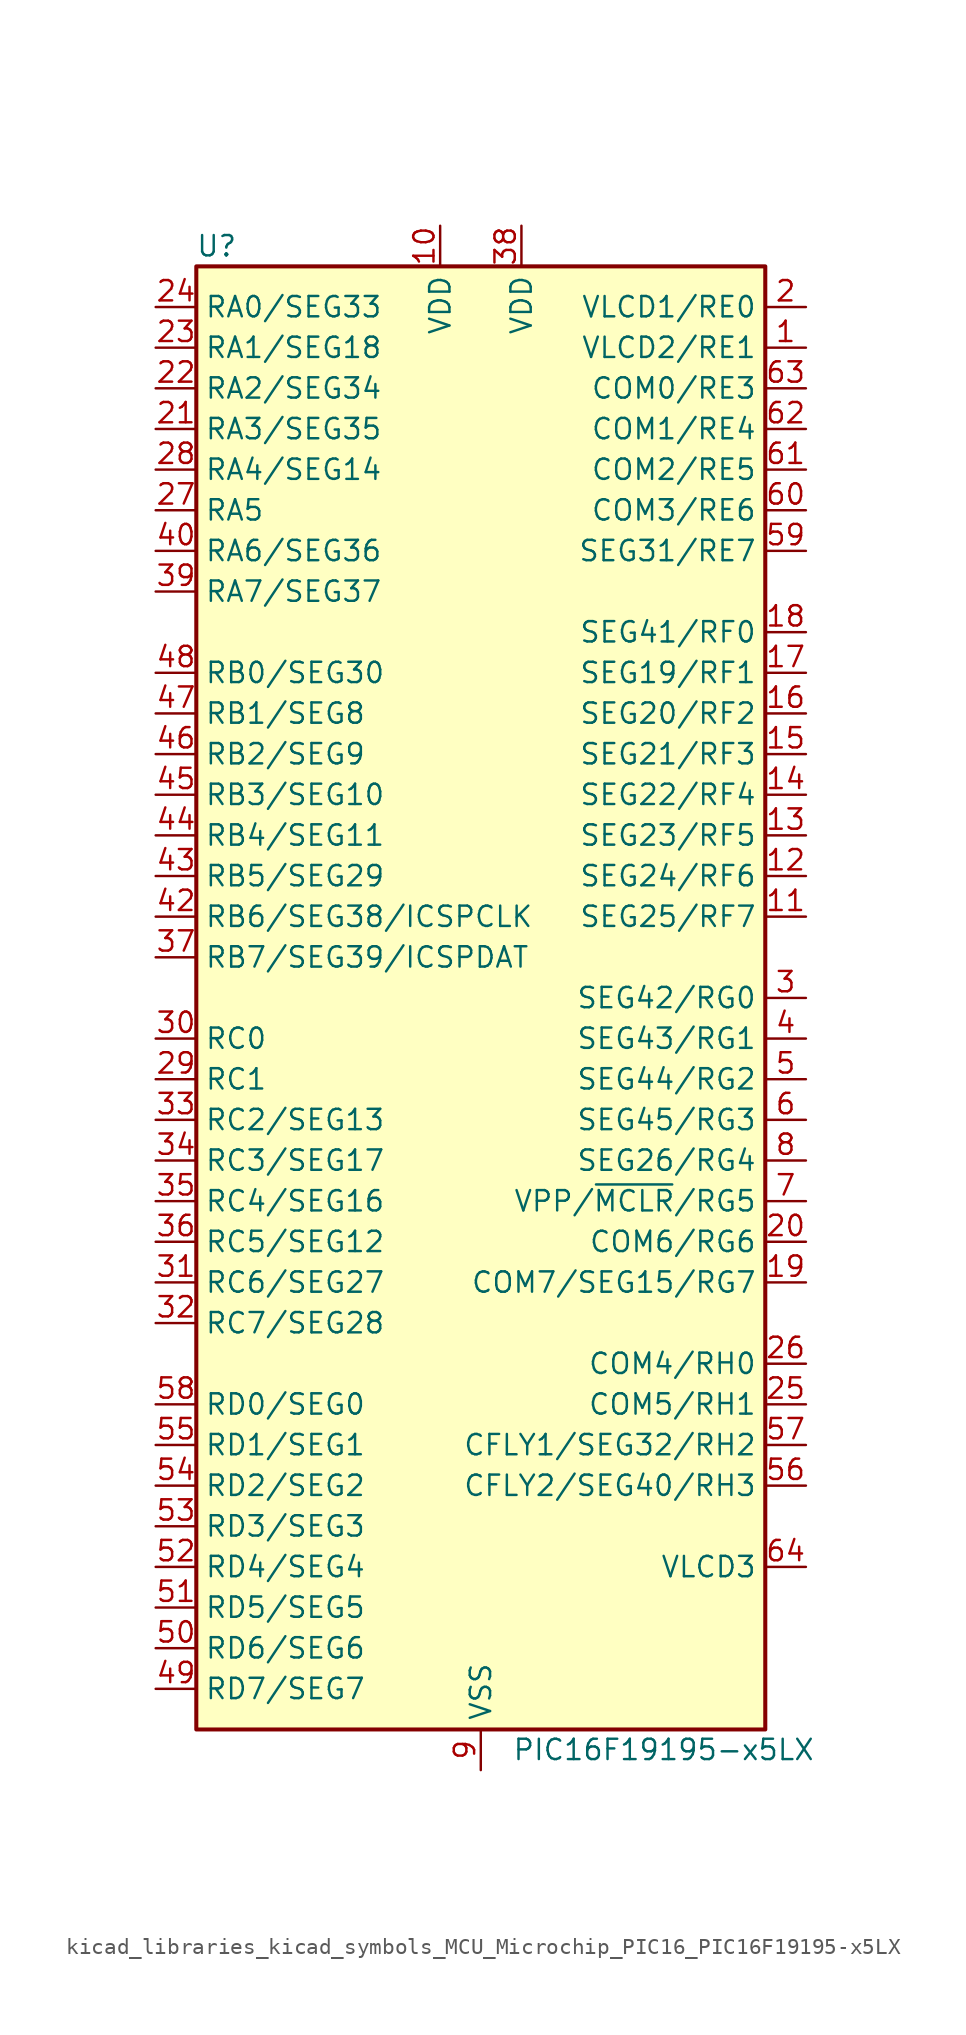
<source format=kicad_sym>
(kicad_symbol_lib
  (version 20220914)
  (generator kicad_symbol_editor)
  (symbol "kicad_libraries_kicad_symbols_MCU_Microchip_PIC16_PIC16F19195-x5LX"
    (property "Reference" "U"
      (at -16.51 46.99 0)
      (effects (font (size 1.27 1.27))))
    (property "Value" "PIC16F19195-x5LX"
      (at 11.43 -46.99 0)
      (effects (font (size 1.27 1.27))))
    (symbol "kicad_libraries_kicad_symbols_MCU_Microchip_PIC16_PIC16F19195-x5LX_0_1"
      (rectangle (start -17.78 45.72) (end 17.78 -45.72) (stroke (width 0.254) (type default)) (fill (type background))))
    (symbol "kicad_libraries_kicad_symbols_MCU_Microchip_PIC16_PIC16F19195-x5LX_1_1"
      (pin bidirectional line (at 20.32 40.64 180) (length 2.54) (name "VLCD2/RE1" (effects (font (size 1.27 1.27)))) (number "1" (effects (font (size 1.27 1.27)))))
      (pin power_in line (at -2.54 48.26 270) (length 2.54) (name "VDD" (effects (font (size 1.27 1.27)))) (number "10" (effects (font (size 1.27 1.27)))))
      (pin bidirectional line (at 20.32 5.08 180) (length 2.54) (name "SEG25/RF7" (effects (font (size 1.27 1.27)))) (number "11" (effects (font (size 1.27 1.27)))))
      (pin bidirectional line (at 20.32 7.62 180) (length 2.54) (name "SEG24/RF6" (effects (font (size 1.27 1.27)))) (number "12" (effects (font (size 1.27 1.27)))))
      (pin bidirectional line (at 20.32 10.16 180) (length 2.54) (name "SEG23/RF5" (effects (font (size 1.27 1.27)))) (number "13" (effects (font (size 1.27 1.27)))))
      (pin bidirectional line (at 20.32 12.7 180) (length 2.54) (name "SEG22/RF4" (effects (font (size 1.27 1.27)))) (number "14" (effects (font (size 1.27 1.27)))))
      (pin bidirectional line (at 20.32 15.24 180) (length 2.54) (name "SEG21/RF3" (effects (font (size 1.27 1.27)))) (number "15" (effects (font (size 1.27 1.27)))))
      (pin bidirectional line (at 20.32 17.78 180) (length 2.54) (name "SEG20/RF2" (effects (font (size 1.27 1.27)))) (number "16" (effects (font (size 1.27 1.27)))))
      (pin bidirectional line (at 20.32 20.32 180) (length 2.54) (name "SEG19/RF1" (effects (font (size 1.27 1.27)))) (number "17" (effects (font (size 1.27 1.27)))))
      (pin bidirectional line (at 20.32 22.86 180) (length 2.54) (name "SEG41/RF0" (effects (font (size 1.27 1.27)))) (number "18" (effects (font (size 1.27 1.27)))))
      (pin bidirectional line (at 20.32 -17.78 180) (length 2.54) (name "COM7/SEG15/RG7" (effects (font (size 1.27 1.27)))) (number "19" (effects (font (size 1.27 1.27)))))
      (pin bidirectional line (at 20.32 43.18 180) (length 2.54) (name "VLCD1/RE0" (effects (font (size 1.27 1.27)))) (number "2" (effects (font (size 1.27 1.27)))))
      (pin bidirectional line (at 20.32 -15.24 180) (length 2.54) (name "COM6/RG6" (effects (font (size 1.27 1.27)))) (number "20" (effects (font (size 1.27 1.27)))))
      (pin bidirectional line (at -20.32 35.56 0) (length 2.54) (name "RA3/SEG35" (effects (font (size 1.27 1.27)))) (number "21" (effects (font (size 1.27 1.27)))))
      (pin bidirectional line (at -20.32 38.1 0) (length 2.54) (name "RA2/SEG34" (effects (font (size 1.27 1.27)))) (number "22" (effects (font (size 1.27 1.27)))))
      (pin bidirectional line (at -20.32 40.64 0) (length 2.54) (name "RA1/SEG18" (effects (font (size 1.27 1.27)))) (number "23" (effects (font (size 1.27 1.27)))))
      (pin bidirectional line (at -20.32 43.18 0) (length 2.54) (name "RA0/SEG33" (effects (font (size 1.27 1.27)))) (number "24" (effects (font (size 1.27 1.27)))))
      (pin bidirectional line (at 20.32 -25.4 180) (length 2.54) (name "COM5/RH1" (effects (font (size 1.27 1.27)))) (number "25" (effects (font (size 1.27 1.27)))))
      (pin bidirectional line (at 20.32 -22.86 180) (length 2.54) (name "COM4/RH0" (effects (font (size 1.27 1.27)))) (number "26" (effects (font (size 1.27 1.27)))))
      (pin bidirectional line (at -20.32 30.48 0) (length 2.54) (name "RA5" (effects (font (size 1.27 1.27)))) (number "27" (effects (font (size 1.27 1.27)))))
      (pin bidirectional line (at -20.32 33.02 0) (length 2.54) (name "RA4/SEG14" (effects (font (size 1.27 1.27)))) (number "28" (effects (font (size 1.27 1.27)))))
      (pin bidirectional line (at -20.32 -5.08 0) (length 2.54) (name "RC1" (effects (font (size 1.27 1.27)))) (number "29" (effects (font (size 1.27 1.27)))))
      (pin bidirectional line (at 20.32 0 180) (length 2.54) (name "SEG42/RG0" (effects (font (size 1.27 1.27)))) (number "3" (effects (font (size 1.27 1.27)))))
      (pin bidirectional line (at -20.32 -2.54 0) (length 2.54) (name "RC0" (effects (font (size 1.27 1.27)))) (number "30" (effects (font (size 1.27 1.27)))))
      (pin bidirectional line (at -20.32 -17.78 0) (length 2.54) (name "RC6/SEG27" (effects (font (size 1.27 1.27)))) (number "31" (effects (font (size 1.27 1.27)))))
      (pin bidirectional line (at -20.32 -20.32 0) (length 2.54) (name "RC7/SEG28" (effects (font (size 1.27 1.27)))) (number "32" (effects (font (size 1.27 1.27)))))
      (pin bidirectional line (at -20.32 -7.62 0) (length 2.54) (name "RC2/SEG13" (effects (font (size 1.27 1.27)))) (number "33" (effects (font (size 1.27 1.27)))))
      (pin bidirectional line (at -20.32 -10.16 0) (length 2.54) (name "RC3/SEG17" (effects (font (size 1.27 1.27)))) (number "34" (effects (font (size 1.27 1.27)))))
      (pin bidirectional line (at -20.32 -12.7 0) (length 2.54) (name "RC4/SEG16" (effects (font (size 1.27 1.27)))) (number "35" (effects (font (size 1.27 1.27)))))
      (pin bidirectional line (at -20.32 -15.24 0) (length 2.54) (name "RC5/SEG12" (effects (font (size 1.27 1.27)))) (number "36" (effects (font (size 1.27 1.27)))))
      (pin bidirectional line (at -20.32 2.54 0) (length 2.54) (name "RB7/SEG39/ICSPDAT" (effects (font (size 1.27 1.27)))) (number "37" (effects (font (size 1.27 1.27)))))
      (pin power_in line (at 2.54 48.26 270) (length 2.54) (name "VDD" (effects (font (size 1.27 1.27)))) (number "38" (effects (font (size 1.27 1.27)))))
      (pin bidirectional line (at -20.32 25.4 0) (length 2.54) (name "RA7/SEG37" (effects (font (size 1.27 1.27)))) (number "39" (effects (font (size 1.27 1.27)))))
      (pin bidirectional line (at 20.32 -2.54 180) (length 2.54) (name "SEG43/RG1" (effects (font (size 1.27 1.27)))) (number "4" (effects (font (size 1.27 1.27)))))
      (pin bidirectional line (at -20.32 27.94 0) (length 2.54) (name "RA6/SEG36" (effects (font (size 1.27 1.27)))) (number "40" (effects (font (size 1.27 1.27)))))
      (pin passive line (at 0 -48.26 90) (length 2.54) hide (name "VSS" (effects (font (size 1.27 1.27)))) (number "41" (effects (font (size 1.27 1.27)))))
      (pin bidirectional line (at -20.32 5.08 0) (length 2.54) (name "RB6/SEG38/ICSPCLK" (effects (font (size 1.27 1.27)))) (number "42" (effects (font (size 1.27 1.27)))))
      (pin bidirectional line (at -20.32 7.62 0) (length 2.54) (name "RB5/SEG29" (effects (font (size 1.27 1.27)))) (number "43" (effects (font (size 1.27 1.27)))))
      (pin bidirectional line (at -20.32 10.16 0) (length 2.54) (name "RB4/SEG11" (effects (font (size 1.27 1.27)))) (number "44" (effects (font (size 1.27 1.27)))))
      (pin bidirectional line (at -20.32 12.7 0) (length 2.54) (name "RB3/SEG10" (effects (font (size 1.27 1.27)))) (number "45" (effects (font (size 1.27 1.27)))))
      (pin bidirectional line (at -20.32 15.24 0) (length 2.54) (name "RB2/SEG9" (effects (font (size 1.27 1.27)))) (number "46" (effects (font (size 1.27 1.27)))))
      (pin bidirectional line (at -20.32 17.78 0) (length 2.54) (name "RB1/SEG8" (effects (font (size 1.27 1.27)))) (number "47" (effects (font (size 1.27 1.27)))))
      (pin bidirectional line (at -20.32 20.32 0) (length 2.54) (name "RB0/SEG30" (effects (font (size 1.27 1.27)))) (number "48" (effects (font (size 1.27 1.27)))))
      (pin bidirectional line (at -20.32 -43.18 0) (length 2.54) (name "RD7/SEG7" (effects (font (size 1.27 1.27)))) (number "49" (effects (font (size 1.27 1.27)))))
      (pin bidirectional line (at 20.32 -5.08 180) (length 2.54) (name "SEG44/RG2" (effects (font (size 1.27 1.27)))) (number "5" (effects (font (size 1.27 1.27)))))
      (pin bidirectional line (at -20.32 -40.64 0) (length 2.54) (name "RD6/SEG6" (effects (font (size 1.27 1.27)))) (number "50" (effects (font (size 1.27 1.27)))))
      (pin bidirectional line (at -20.32 -38.1 0) (length 2.54) (name "RD5/SEG5" (effects (font (size 1.27 1.27)))) (number "51" (effects (font (size 1.27 1.27)))))
      (pin bidirectional line (at -20.32 -35.56 0) (length 2.54) (name "RD4/SEG4" (effects (font (size 1.27 1.27)))) (number "52" (effects (font (size 1.27 1.27)))))
      (pin bidirectional line (at -20.32 -33.02 0) (length 2.54) (name "RD3/SEG3" (effects (font (size 1.27 1.27)))) (number "53" (effects (font (size 1.27 1.27)))))
      (pin bidirectional line (at -20.32 -30.48 0) (length 2.54) (name "RD2/SEG2" (effects (font (size 1.27 1.27)))) (number "54" (effects (font (size 1.27 1.27)))))
      (pin bidirectional line (at -20.32 -27.94 0) (length 2.54) (name "RD1/SEG1" (effects (font (size 1.27 1.27)))) (number "55" (effects (font (size 1.27 1.27)))))
      (pin bidirectional line (at 20.32 -30.48 180) (length 2.54) (name "CFLY2/SEG40/RH3" (effects (font (size 1.27 1.27)))) (number "56" (effects (font (size 1.27 1.27)))))
      (pin bidirectional line (at 20.32 -27.94 180) (length 2.54) (name "CFLY1/SEG32/RH2" (effects (font (size 1.27 1.27)))) (number "57" (effects (font (size 1.27 1.27)))))
      (pin bidirectional line (at -20.32 -25.4 0) (length 2.54) (name "RD0/SEG0" (effects (font (size 1.27 1.27)))) (number "58" (effects (font (size 1.27 1.27)))))
      (pin bidirectional line (at 20.32 27.94 180) (length 2.54) (name "SEG31/RE7" (effects (font (size 1.27 1.27)))) (number "59" (effects (font (size 1.27 1.27)))))
      (pin bidirectional line (at 20.32 -7.62 180) (length 2.54) (name "SEG45/RG3" (effects (font (size 1.27 1.27)))) (number "6" (effects (font (size 1.27 1.27)))))
      (pin bidirectional line (at 20.32 30.48 180) (length 2.54) (name "COM3/RE6" (effects (font (size 1.27 1.27)))) (number "60" (effects (font (size 1.27 1.27)))))
      (pin bidirectional line (at 20.32 33.02 180) (length 2.54) (name "COM2/RE5" (effects (font (size 1.27 1.27)))) (number "61" (effects (font (size 1.27 1.27)))))
      (pin bidirectional line (at 20.32 35.56 180) (length 2.54) (name "COM1/RE4" (effects (font (size 1.27 1.27)))) (number "62" (effects (font (size 1.27 1.27)))))
      (pin bidirectional line (at 20.32 38.1 180) (length 2.54) (name "COM0/RE3" (effects (font (size 1.27 1.27)))) (number "63" (effects (font (size 1.27 1.27)))))
      (pin input line (at 20.32 -35.56 180) (length 2.54) (name "VLCD3" (effects (font (size 1.27 1.27)))) (number "64" (effects (font (size 1.27 1.27)))))
      (pin passive line (at 0 -48.26 90) (length 2.54) hide (name "VSS" (effects (font (size 1.27 1.27)))) (number "65" (effects (font (size 1.27 1.27)))))
      (pin bidirectional line (at 20.32 -12.7 180) (length 2.54) (name "VPP/~{MCLR}/RG5" (effects (font (size 1.27 1.27)))) (number "7" (effects (font (size 1.27 1.27)))))
      (pin bidirectional line (at 20.32 -10.16 180) (length 2.54) (name "SEG26/RG4" (effects (font (size 1.27 1.27)))) (number "8" (effects (font (size 1.27 1.27)))))
      (pin power_in line (at 0 -48.26 90) (length 2.54) (name "VSS" (effects (font (size 1.27 1.27)))) (number "9" (effects (font (size 1.27 1.27))))))))
</source>
